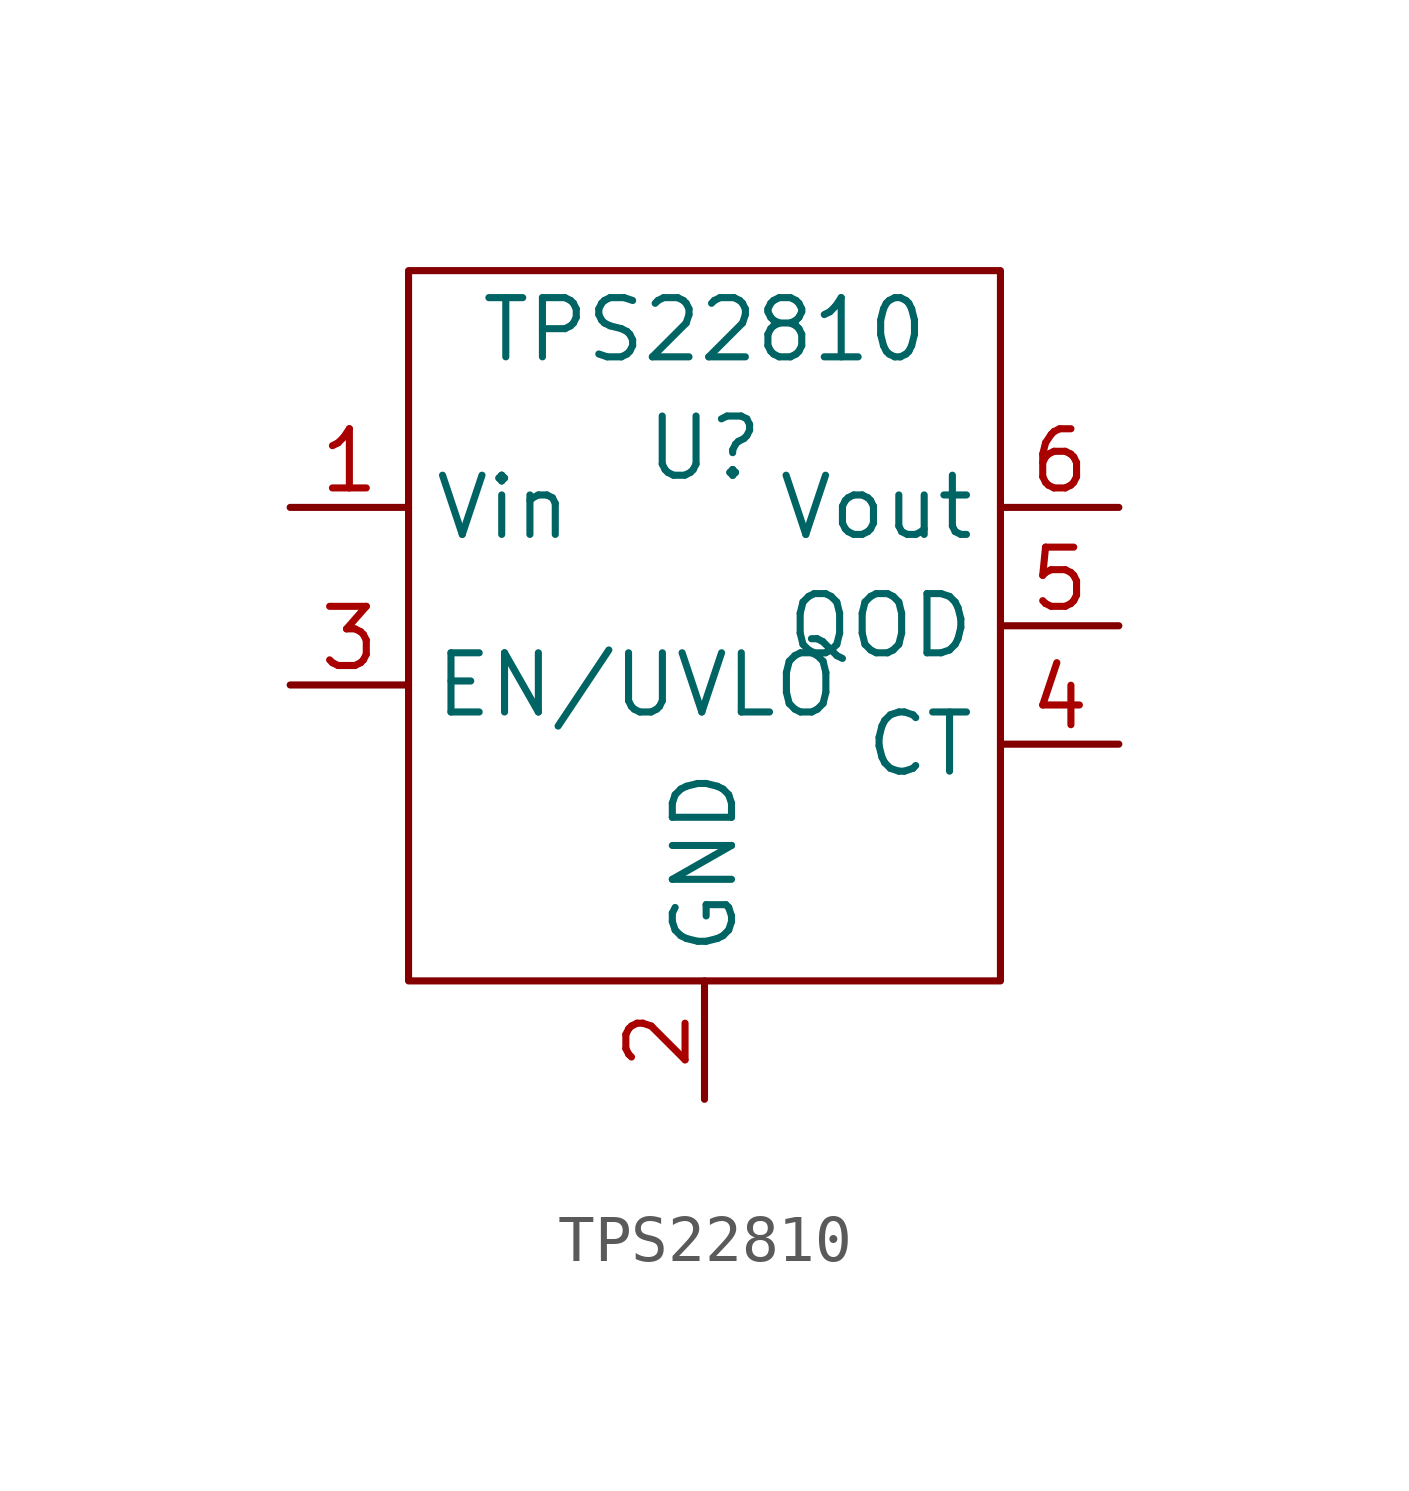
<source format=kicad_sym>
(kicad_symbol_lib
  (version 20211014)
  (generator kicad_symbol_editor)
  (symbol "TPS22810"
    (property "Reference" "U"
      (at 0 1.27 0)
      (effects (font (size 1.27 1.27))))
    (property "Value" "TPS22810"
      (at 0 3.81 0)
      (effects (font (size 1.27 1.27))))
    (symbol "TPS22810_0_1"
      (rectangle (start -6.35 5.08) (end 6.35 -10.16) (stroke (width 0) (type default) (color 0 0 0 0)) (fill (type none))))
    (symbol "TPS22810_1_1"
      (pin power_in line (at -8.89 0 0) (length 2.54) (name "Vin" (effects (font (size 1.27 1.27)))) (number "1" (effects (font (size 1.27 1.27)))))
      (pin unspecified line (at 0 -12.7 90) (length 2.54) (name "GND" (effects (font (size 1.27 1.27)))) (number "2" (effects (font (size 1.27 1.27)))))
      (pin input line (at -8.89 -3.81 0) (length 2.54) (name "EN/UVLO" (effects (font (size 1.27 1.27)))) (number "3" (effects (font (size 1.27 1.27)))))
      (pin output line (at 8.89 -5.08 180) (length 2.54) (name "CT" (effects (font (size 1.27 1.27)))) (number "4" (effects (font (size 1.27 1.27)))))
      (pin output line (at 8.89 -2.54 180) (length 2.54) (name "QOD" (effects (font (size 1.27 1.27)))) (number "5" (effects (font (size 1.27 1.27)))))
      (pin power_out line (at 8.89 0 180) (length 2.54) (name "Vout" (effects (font (size 1.27 1.27)))) (number "6" (effects (font (size 1.27 1.27))))))))
</source>
